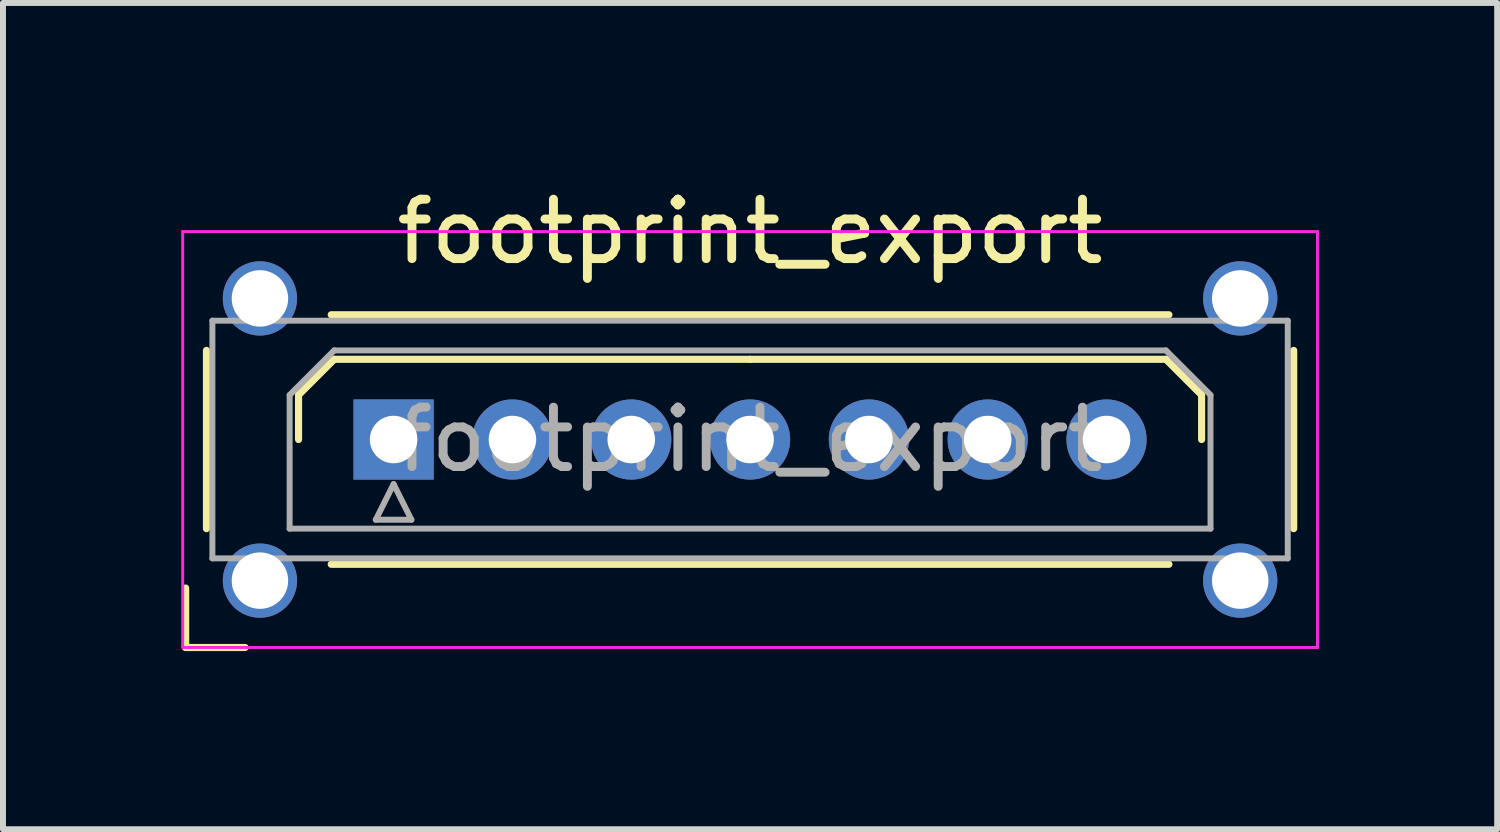
<source format=kicad_pcb>
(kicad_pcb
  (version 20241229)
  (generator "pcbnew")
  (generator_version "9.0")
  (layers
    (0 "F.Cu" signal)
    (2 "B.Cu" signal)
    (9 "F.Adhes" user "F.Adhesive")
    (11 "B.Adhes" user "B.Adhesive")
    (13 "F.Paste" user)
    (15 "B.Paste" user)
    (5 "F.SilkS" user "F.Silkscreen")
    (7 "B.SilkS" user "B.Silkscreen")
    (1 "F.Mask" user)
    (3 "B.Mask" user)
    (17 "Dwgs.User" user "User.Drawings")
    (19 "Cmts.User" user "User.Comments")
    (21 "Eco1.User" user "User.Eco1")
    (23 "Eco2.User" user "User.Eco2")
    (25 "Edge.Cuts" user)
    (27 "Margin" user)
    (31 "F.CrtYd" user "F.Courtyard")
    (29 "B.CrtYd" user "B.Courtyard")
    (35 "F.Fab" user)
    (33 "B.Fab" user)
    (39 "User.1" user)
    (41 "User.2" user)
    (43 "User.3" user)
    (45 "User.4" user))
  (footprint "footprint_export"
    (layer "F.Cu")
    (at 3.575 4.348)
    (property "Reference" "footprint_export" (at 6 -3.5 0) (layer "F.SilkS") (effects (font (size 1 1) (thickness 0.15))))
    (attr through_hole)
    (fp_line (start -3.5 2.5) (end -3.5 3.5) (stroke (width 0.12) (type solid)) (layer "F.SilkS"))
    (fp_line (start -3.5 3.5) (end -2.5 3.5) (stroke (width 0.12) (type solid)) (layer "F.SilkS"))
    (fp_line (start -3.15 -1.5) (end -3.15 1.5) (stroke (width 0.12) (type solid)) (layer "F.SilkS"))
    (fp_line (start -1.6 -0.75) (end -1 -1.35) (stroke (width 0.12) (type solid)) (layer "F.SilkS"))
    (fp_line (start -1.6 0) (end -1.6 -0.75) (stroke (width 0.12) (type solid)) (layer "F.SilkS"))
    (fp_line (start -1.05 -2.1) (end 13.05 -2.1) (stroke (width 0.12) (type solid)) (layer "F.SilkS"))
    (fp_line (start -1.05 2.1) (end 13.05 2.1) (stroke (width 0.12) (type solid)) (layer "F.SilkS"))
    (fp_line (start -1 -1.35) (end 6 -1.35) (stroke (width 0.12) (type solid)) (layer "F.SilkS"))
    (fp_line (start 13 -1.35) (end 6 -1.35) (stroke (width 0.12) (type solid)) (layer "F.SilkS"))
    (fp_line (start 13.6 -0.75) (end 13 -1.35) (stroke (width 0.12) (type solid)) (layer "F.SilkS"))
    (fp_line (start 13.6 0) (end 13.6 -0.75) (stroke (width 0.12) (type solid)) (layer "F.SilkS"))
    (fp_line (start 15.15 -1.5) (end 15.15 1.5) (stroke (width 0.12) (type solid)) (layer "F.SilkS"))
    (fp_line (start -3.55 -3.5) (end -3.55 3.5) (stroke (width 0.05) (type solid)) (layer "F.CrtYd"))
    (fp_line (start -3.55 3.5) (end 15.55 3.5) (stroke (width 0.05) (type solid)) (layer "F.CrtYd"))
    (fp_line (start 15.55 -3.5) (end -3.55 -3.5) (stroke (width 0.05) (type solid)) (layer "F.CrtYd"))
    (fp_line (start 15.55 3.5) (end 15.55 -3.5) (stroke (width 0.05) (type solid)) (layer "F.CrtYd"))
    (fp_line (start -3.05 -2) (end -3.05 2) (stroke (width 0.1) (type solid)) (layer "F.Fab"))
    (fp_line (start -3.05 2) (end 15.05 2) (stroke (width 0.1) (type solid)) (layer "F.Fab"))
    (fp_line (start -1.75 -0.75) (end -1 -1.5) (stroke (width 0.1) (type solid)) (layer "F.Fab"))
    (fp_line (start -1.75 1.5) (end -1.75 -0.75) (stroke (width 0.1) (type solid)) (layer "F.Fab"))
    (fp_line (start -1 -1.5) (end 13 -1.5) (stroke (width 0.1) (type solid)) (layer "F.Fab"))
    (fp_line (start -0.3 1.35) (end 0.3 1.35) (stroke (width 0.1) (type solid)) (layer "F.Fab"))
    (fp_line (start 0 0.75) (end -0.3 1.35) (stroke (width 0.1) (type solid)) (layer "F.Fab"))
    (fp_line (start 0.3 1.35) (end 0 0.75) (stroke (width 0.1) (type solid)) (layer "F.Fab"))
    (fp_line (start 13 -1.5) (end 13.75 -0.75) (stroke (width 0.1) (type solid)) (layer "F.Fab"))
    (fp_line (start 13.75 -0.75) (end 13.75 1.5) (stroke (width 0.1) (type solid)) (layer "F.Fab"))
    (fp_line (start 13.75 1.5) (end -1.75 1.5) (stroke (width 0.1) (type solid)) (layer "F.Fab"))
    (fp_line (start 15.05 -2) (end -3.05 -2) (stroke (width 0.1) (type solid)) (layer "F.Fab"))
    (fp_line (start 15.05 2) (end 15.05 -2) (stroke (width 0.1) (type solid)) (layer "F.Fab"))
    (fp_text user "${REFERENCE}" (at 6 0 0) (layer "F.Fab") (effects (font (size 1 1) (thickness 0.15))))
    (pad "" thru_hole circle (at -2.25 -2.375) (size 1.25 1.25) (drill 0.95) (layers "*.Cu" "*.Mask"))
    (pad "" thru_hole circle (at -2.25 2.375) (size 1.25 1.25) (drill 0.95) (layers "*.Cu" "*.Mask"))
    (pad "" thru_hole circle (at 14.25 -2.375) (size 1.25 1.25) (drill 0.95) (layers "*.Cu" "*.Mask"))
    (pad "" thru_hole circle (at 14.25 2.375) (size 1.25 1.25) (drill 0.95) (layers "*.Cu" "*.Mask"))
    (pad "1" thru_hole rect (at 0 0) (size 1.35 1.35) (drill 0.8) (layers "*.Cu" "*.Mask"))
    (pad "2" thru_hole circle (at 2 0) (size 1.35 1.35) (drill 0.8) (layers "*.Cu" "*.Mask"))
    (pad "3" thru_hole circle (at 4 0) (size 1.35 1.35) (drill 0.8) (layers "*.Cu" "*.Mask"))
    (pad "4" thru_hole circle (at 6 0) (size 1.35 1.35) (drill 0.8) (layers "*.Cu" "*.Mask"))
    (pad "5" thru_hole circle (at 8 0) (size 1.35 1.35) (drill 0.8) (layers "*.Cu" "*.Mask"))
    (pad "6" thru_hole circle (at 10 0) (size 1.35 1.35) (drill 0.8) (layers "*.Cu" "*.Mask"))
    (pad "7" thru_hole circle (at 12 0) (size 1.35 1.35) (drill 0.8) (layers "*.Cu" "*.Mask")))
  (gr_rect
    (start -3 -3)
    (end 22.15 10.908)
    (stroke (width 0.1) (type default))
    (fill no)
    (layer "Edge.Cuts")))
</source>
